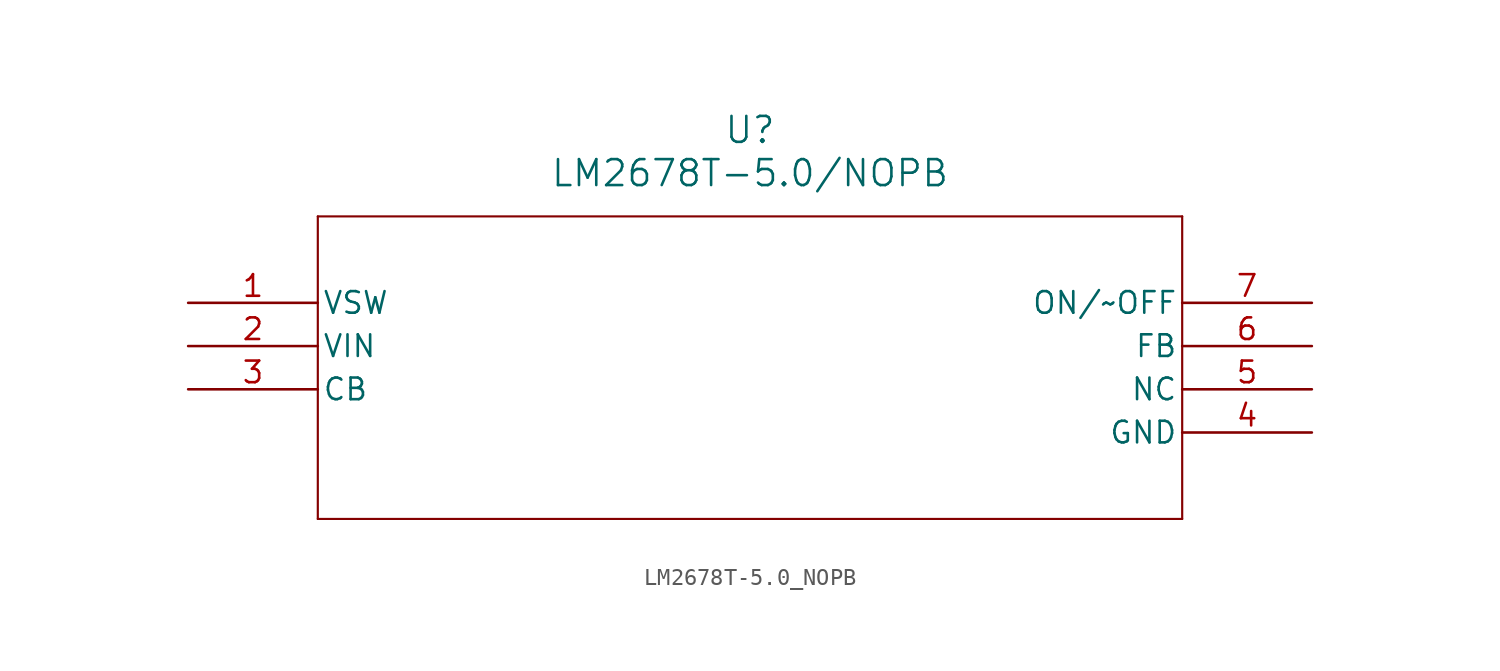
<source format=kicad_sym>
(kicad_symbol_lib
  (version 20211014)
  (generator kicad_symbol_editor)
  (symbol "LM2678T-5.0_NOPB"
    (pin_names
      (offset 0.254))
    (property "Reference" "U"
      (at 33.02 10.16 0)
      (effects (font (size 1.524 1.524))))
    (property "Value" "LM2678T-5.0/NOPB"
      (at 33.02 7.62 0)
      (effects (font (size 1.524 1.524))))
    (symbol "LM2678T-5.0_NOPB_0_1"
      (polyline (pts (xy 7.62 5.08) (xy 7.62 -12.7)) (stroke (width 0.127) (type default) (color 0 0 0 0)) (fill (type none)))
      (polyline (pts (xy 7.62 -12.7) (xy 58.42 -12.7)) (stroke (width 0.127) (type default) (color 0 0 0 0)) (fill (type none)))
      (polyline (pts (xy 58.42 -12.7) (xy 58.42 5.08)) (stroke (width 0.127) (type default) (color 0 0 0 0)) (fill (type none)))
      (polyline (pts (xy 58.42 5.08) (xy 7.62 5.08)) (stroke (width 0.127) (type default) (color 0 0 0 0)) (fill (type none)))
      (pin output line (at 0 0 0) (length 7.62) (name "VSW" (effects (font (size 1.27 1.27)))) (number "1" (effects (font (size 1.27 1.27)))))
      (pin input line (at 0 -2.54 0) (length 7.62) (name "VIN" (effects (font (size 1.27 1.27)))) (number "2" (effects (font (size 1.27 1.27)))))
      (pin passive line (at 0 -5.08 0) (length 7.62) (name "CB" (effects (font (size 1.27 1.27)))) (number "3" (effects (font (size 1.27 1.27)))))
      (pin passive line (at 66.04 -7.62 180) (length 7.62) (name "GND" (effects (font (size 1.27 1.27)))) (number "4" (effects (font (size 1.27 1.27)))))
      (pin passive line (at 66.04 -5.08 180) (length 7.62) (name "NC" (effects (font (size 1.27 1.27)))) (number "5" (effects (font (size 1.27 1.27)))))
      (pin passive line (at 66.04 -2.54 180) (length 7.62) (name "FB" (effects (font (size 1.27 1.27)))) (number "6" (effects (font (size 1.27 1.27)))))
      (pin passive line (at 66.04 0 180) (length 7.62) (name "ON/~OFF" (effects (font (size 1.27 1.27)))) (number "7" (effects (font (size 1.27 1.27))))))))
</source>
